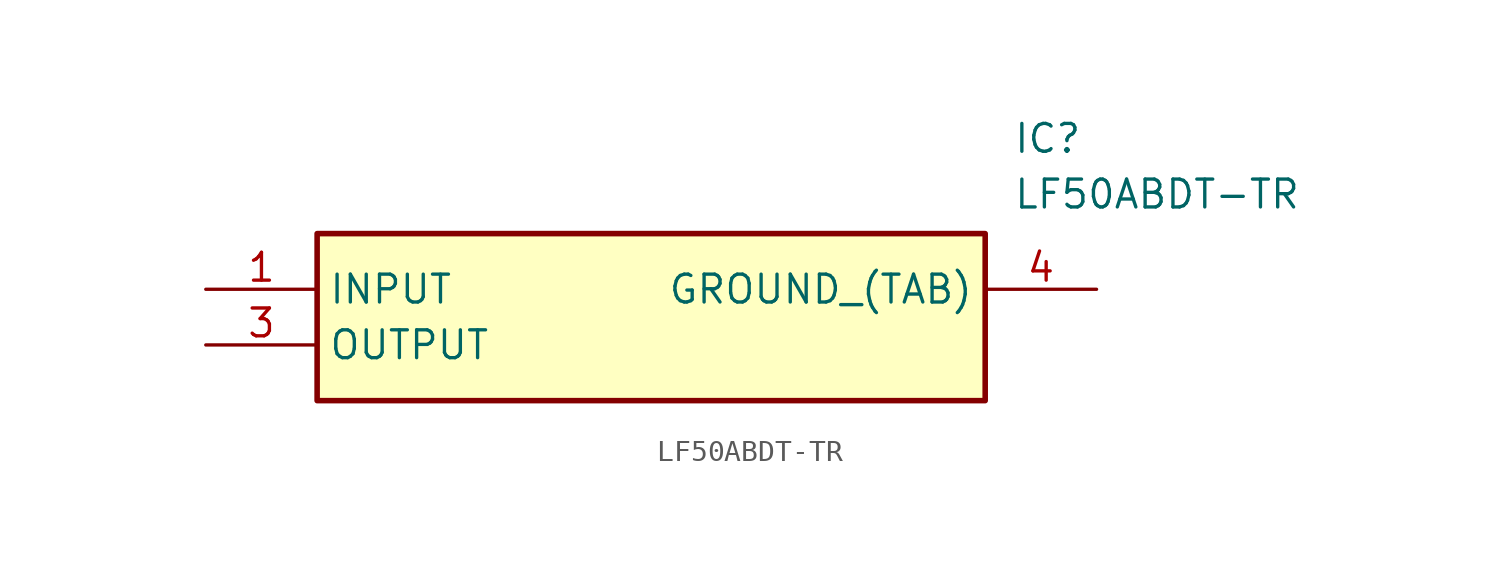
<source format=kicad_sym>
(kicad_symbol_lib
  (version 20211014)
  (generator SamacSys_ECAD_Model)
  (symbol "LF50ABDT-TR"
    (property "Reference" "IC"
      (at 36.83 7.62 0)
      (effects (font (size 1.27 1.27)) (justify left top)))
    (property "Value" "LF50ABDT-TR"
      (at 36.83 5.08 0)
      (effects (font (size 1.27 1.27)) (justify left top)))
    (rectangle
      (start 5.08 2.54)
      (end 35.56 -5.08)
      (stroke (width 0.254) (type default))
      (fill (type background)))
    (pin input line
      (at 0 0 0)
      (length 5.08)
      (name "INPUT" (effects (font (size 1.27 1.27))))
      (number "1" (effects (font (size 1.27 1.27)))))
    (pin output line
      (at 0 -2.54 0)
      (length 5.08)
      (name "OUTPUT" (effects (font (size 1.27 1.27))))
      (number "3" (effects (font (size 1.27 1.27)))))
    (pin passive line
      (at 40.64 0 180)
      (length 5.08)
      (name "GROUND_(TAB)" (effects (font (size 1.27 1.27))))
      (number "4" (effects (font (size 1.27 1.27)))))))
</source>
